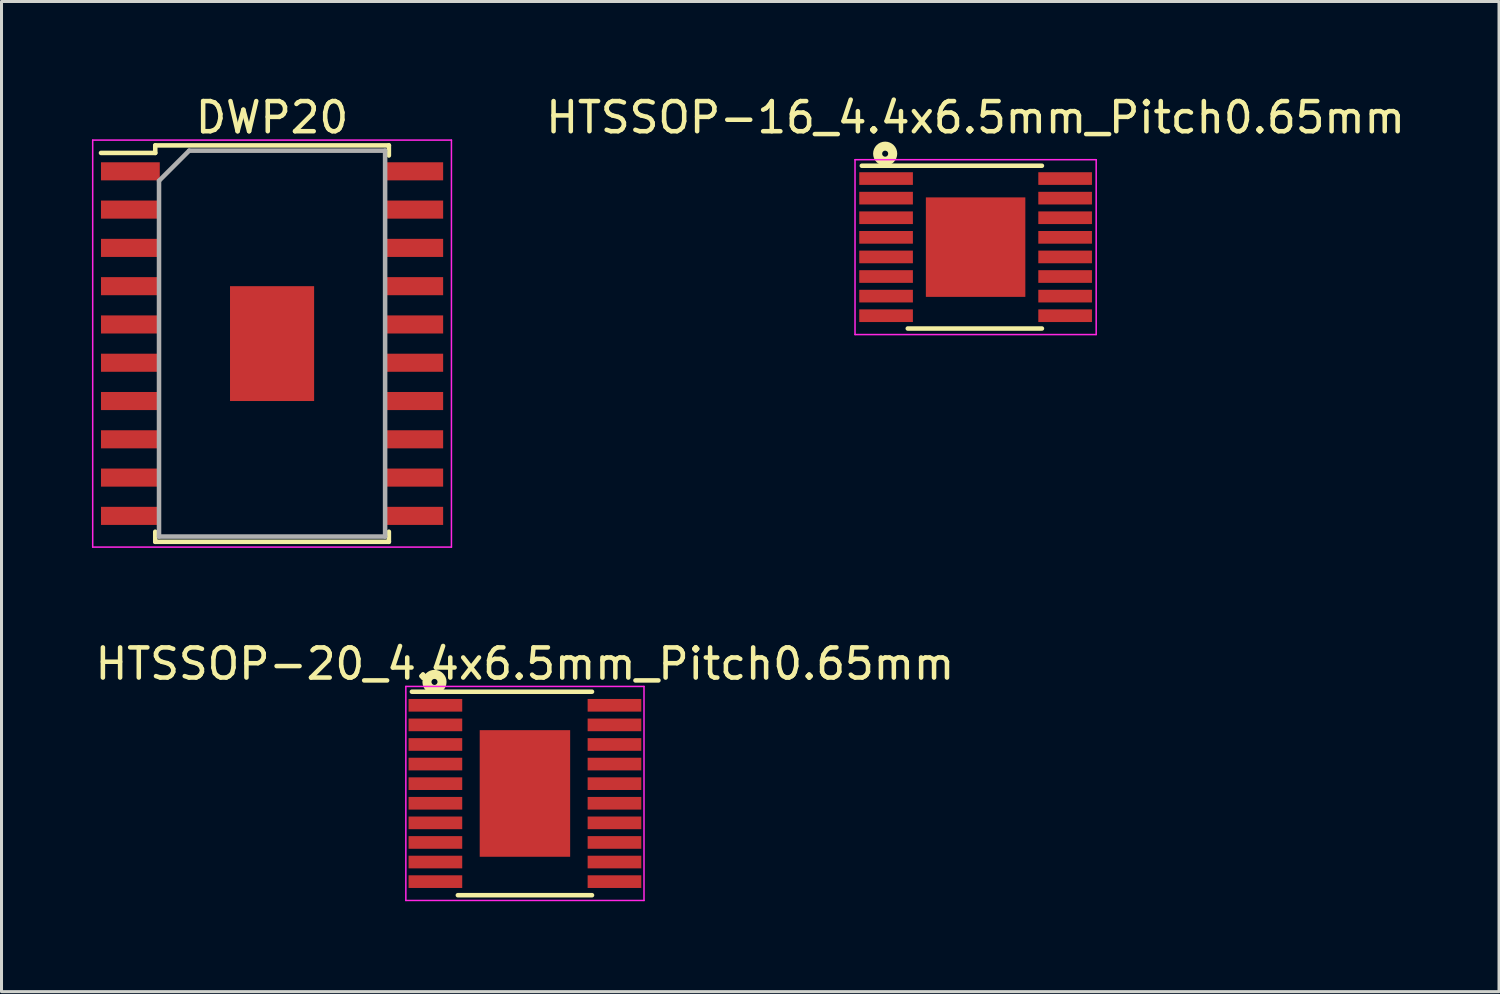
<source format=kicad_pcb>
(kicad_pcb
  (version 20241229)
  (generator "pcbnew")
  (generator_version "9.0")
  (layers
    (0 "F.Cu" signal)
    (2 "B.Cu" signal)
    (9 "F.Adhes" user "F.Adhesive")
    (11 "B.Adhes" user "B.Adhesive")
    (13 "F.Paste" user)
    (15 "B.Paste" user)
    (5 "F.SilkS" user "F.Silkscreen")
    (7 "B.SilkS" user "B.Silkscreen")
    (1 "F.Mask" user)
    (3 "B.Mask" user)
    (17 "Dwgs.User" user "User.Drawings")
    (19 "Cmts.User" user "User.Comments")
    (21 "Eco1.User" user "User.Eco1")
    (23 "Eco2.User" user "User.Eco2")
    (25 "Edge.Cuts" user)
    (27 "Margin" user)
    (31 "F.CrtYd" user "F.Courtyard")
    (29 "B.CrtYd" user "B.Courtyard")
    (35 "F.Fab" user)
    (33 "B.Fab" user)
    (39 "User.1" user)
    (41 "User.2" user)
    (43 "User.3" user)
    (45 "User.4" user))
  (footprint "HTSSOP-20_4.4x6.5mm_Pitch0.65mm"
    (layer "F.Cu")
    (at 14.363 23.271)
    (property "Reference" "HTSSOP-20_4.4x6.5mm_Pitch0.65mm" (at 0 -4.3 0) (layer "F.SilkS") (effects (font (size 1 1) (thickness 0.15))))
    (attr smd)
    (fp_line (start -3.75 -3.375) (end 2.225 -3.375) (stroke (width 0.15) (type solid)) (layer "F.SilkS"))
    (fp_line (start -2.225 3.375) (end 2.225 3.375) (stroke (width 0.15) (type solid)) (layer "F.SilkS"))
    (fp_circle (center -3 -3.7) (end -3 -3.6) (stroke (width 0.3) (type solid)) (fill no) (layer "F.SilkS"))
    (fp_circle (center -3 -3.7) (end -3 -3.5) (stroke (width 0.15) (type solid)) (fill no) (layer "F.SilkS"))
    (fp_line (start -3.95 -3.55) (end -3.95 3.55) (stroke (width 0.05) (type solid)) (layer "F.CrtYd"))
    (fp_line (start -3.95 -3.55) (end 3.95 -3.55) (stroke (width 0.05) (type solid)) (layer "F.CrtYd"))
    (fp_line (start -3.95 3.55) (end 3.95 3.55) (stroke (width 0.05) (type solid)) (layer "F.CrtYd"))
    (fp_line (start 3.95 -3.55) (end 3.95 3.55) (stroke (width 0.05) (type solid)) (layer "F.CrtYd"))
    (pad "1" smd rect (at -2.97 -2.925) (size 1.78 0.42) (layers "F.Cu" "F.Mask" "F.Paste"))
    (pad "2" smd rect (at -2.97 -2.275) (size 1.78 0.42) (layers "F.Cu" "F.Mask" "F.Paste"))
    (pad "3" smd rect (at -2.97 -1.625) (size 1.78 0.42) (layers "F.Cu" "F.Mask" "F.Paste"))
    (pad "4" smd rect (at -2.97 -0.975) (size 1.78 0.42) (layers "F.Cu" "F.Mask" "F.Paste"))
    (pad "5" smd rect (at -2.97 -0.325) (size 1.78 0.42) (layers "F.Cu" "F.Mask" "F.Paste"))
    (pad "6" smd rect (at -2.97 0.325) (size 1.78 0.42) (layers "F.Cu" "F.Mask" "F.Paste"))
    (pad "7" smd rect (at -2.97 0.975) (size 1.78 0.42) (layers "F.Cu" "F.Mask" "F.Paste"))
    (pad "8" smd rect (at -2.97 1.625) (size 1.78 0.42) (layers "F.Cu" "F.Mask" "F.Paste"))
    (pad "9" smd rect (at -2.97 2.275) (size 1.78 0.42) (layers "F.Cu" "F.Mask" "F.Paste"))
    (pad "10" smd rect (at -2.97 2.925) (size 1.78 0.42) (layers "F.Cu" "F.Mask" "F.Paste"))
    (pad "11" smd rect (at 2.97 2.925) (size 1.78 0.42) (layers "F.Cu" "F.Mask" "F.Paste"))
    (pad "12" smd rect (at 2.97 2.275) (size 1.78 0.42) (layers "F.Cu" "F.Mask" "F.Paste"))
    (pad "13" smd rect (at 2.97 1.625) (size 1.78 0.42) (layers "F.Cu" "F.Mask" "F.Paste"))
    (pad "14" smd rect (at 2.97 0.975) (size 1.78 0.42) (layers "F.Cu" "F.Mask" "F.Paste"))
    (pad "15" smd rect (at 2.97 0.325) (size 1.78 0.42) (layers "F.Cu" "F.Mask" "F.Paste"))
    (pad "16" smd rect (at 2.97 -0.325) (size 1.78 0.42) (layers "F.Cu" "F.Mask" "F.Paste"))
    (pad "17" smd rect (at 2.97 -0.975) (size 1.78 0.42) (layers "F.Cu" "F.Mask" "F.Paste"))
    (pad "18" smd rect (at 2.97 -1.625) (size 1.78 0.42) (layers "F.Cu" "F.Mask" "F.Paste"))
    (pad "19" smd rect (at 2.97 -2.275) (size 1.78 0.42) (layers "F.Cu" "F.Mask" "F.Paste"))
    (pad "20" smd rect (at 2.97 -2.925) (size 1.78 0.42) (layers "F.Cu" "F.Mask" "F.Paste"))
    (pad "21" smd rect (at 0 0) (size 3 4.2) (layers "F.Cu" "F.Mask" "F.Paste")))
  (footprint "HTSSOP-16_4.4x6.5mm_Pitch0.65mm"
    (layer "F.Cu")
    (at 29.313 5.148)
    (property "Reference" "HTSSOP-16_4.4x6.5mm_Pitch0.65mm" (at 0 -4.3 0) (layer "F.SilkS") (effects (font (size 1 1) (thickness 0.15))))
    (attr smd)
    (fp_line (start -3.775 -2.7) (end 2.2 -2.7) (stroke (width 0.15) (type solid)) (layer "F.SilkS"))
    (fp_line (start -2.25 2.7) (end 2.2 2.7) (stroke (width 0.15) (type solid)) (layer "F.SilkS"))
    (fp_circle (center -3 -3.1) (end -3 -3) (stroke (width 0.3) (type solid)) (fill no) (layer "F.SilkS"))
    (fp_circle (center -3 -3.1) (end -3 -2.9) (stroke (width 0.15) (type solid)) (fill no) (layer "F.SilkS"))
    (fp_line (start -4 -2.9) (end -4 2.9) (stroke (width 0.05) (type solid)) (layer "F.CrtYd"))
    (fp_line (start -4 -2.9) (end 4 -2.9) (stroke (width 0.05) (type solid)) (layer "F.CrtYd"))
    (fp_line (start -4 2.9) (end 4 2.9) (stroke (width 0.05) (type solid)) (layer "F.CrtYd"))
    (fp_line (start 4 -2.9) (end 4 2.9) (stroke (width 0.05) (type solid)) (layer "F.CrtYd"))
    (pad "1" smd rect (at -2.97 -2.275) (size 1.78 0.42) (layers "F.Cu" "F.Mask" "F.Paste"))
    (pad "2" smd rect (at -2.97 -1.625) (size 1.78 0.42) (layers "F.Cu" "F.Mask" "F.Paste"))
    (pad "3" smd rect (at -2.97 -0.975) (size 1.78 0.42) (layers "F.Cu" "F.Mask" "F.Paste"))
    (pad "4" smd rect (at -2.97 -0.325) (size 1.78 0.42) (layers "F.Cu" "F.Mask" "F.Paste"))
    (pad "5" smd rect (at -2.97 0.325) (size 1.78 0.42) (layers "F.Cu" "F.Mask" "F.Paste"))
    (pad "6" smd rect (at -2.97 0.975) (size 1.78 0.42) (layers "F.Cu" "F.Mask" "F.Paste"))
    (pad "7" smd rect (at -2.97 1.625) (size 1.78 0.42) (layers "F.Cu" "F.Mask" "F.Paste"))
    (pad "8" smd rect (at -2.97 2.275) (size 1.78 0.42) (layers "F.Cu" "F.Mask" "F.Paste"))
    (pad "9" smd rect (at 2.97 2.275) (size 1.78 0.42) (layers "F.Cu" "F.Mask" "F.Paste"))
    (pad "10" smd rect (at 2.97 1.625) (size 1.78 0.42) (layers "F.Cu" "F.Mask" "F.Paste"))
    (pad "11" smd rect (at 2.97 0.975) (size 1.78 0.42) (layers "F.Cu" "F.Mask" "F.Paste"))
    (pad "12" smd rect (at 2.97 0.325) (size 1.78 0.42) (layers "F.Cu" "F.Mask" "F.Paste"))
    (pad "13" smd rect (at 2.97 -0.325) (size 1.78 0.42) (layers "F.Cu" "F.Mask" "F.Paste"))
    (pad "14" smd rect (at 2.97 -0.975) (size 1.78 0.42) (layers "F.Cu" "F.Mask" "F.Paste"))
    (pad "15" smd rect (at 2.97 -1.625) (size 1.78 0.42) (layers "F.Cu" "F.Mask" "F.Paste"))
    (pad "16" smd rect (at 2.97 -2.275) (size 1.78 0.42) (layers "F.Cu" "F.Mask" "F.Paste"))
    (pad "17" smd rect (at 0 0) (size 3.3 3.3) (layers "F.Cu" "F.Mask" "F.Paste")))
  (footprint "DWP20"
    (layer "F.Cu")
    (at 5.975 8.348)
    (property "Reference" "DWP20" (at 0 -7.5 0) (layer "F.SilkS") (effects (font (size 1 1) (thickness 0.15))))
    (attr smd)
    (fp_line (start -3.875 -6.575) (end -3.875 -6.325) (stroke (width 0.15) (type solid)) (layer "F.SilkS"))
    (fp_line (start -3.875 -6.575) (end 3.875 -6.575) (stroke (width 0.15) (type solid)) (layer "F.SilkS"))
    (fp_line (start -3.875 -6.325) (end -5.675 -6.325) (stroke (width 0.15) (type solid)) (layer "F.SilkS"))
    (fp_line (start -3.875 6.575) (end -3.875 6.24) (stroke (width 0.15) (type solid)) (layer "F.SilkS"))
    (fp_line (start -3.875 6.575) (end 3.875 6.575) (stroke (width 0.15) (type solid)) (layer "F.SilkS"))
    (fp_line (start 3.875 -6.575) (end 3.875 -6.24) (stroke (width 0.15) (type solid)) (layer "F.SilkS"))
    (fp_line (start 3.875 6.575) (end 3.875 6.24) (stroke (width 0.15) (type solid)) (layer "F.SilkS"))
    (fp_line (start -5.95 -6.75) (end -5.95 6.75) (stroke (width 0.05) (type solid)) (layer "F.CrtYd"))
    (fp_line (start -5.95 -6.75) (end 5.95 -6.75) (stroke (width 0.05) (type solid)) (layer "F.CrtYd"))
    (fp_line (start -5.95 6.75) (end 5.95 6.75) (stroke (width 0.05) (type solid)) (layer "F.CrtYd"))
    (fp_line (start 5.95 -6.75) (end 5.95 6.75) (stroke (width 0.05) (type solid)) (layer "F.CrtYd"))
    (fp_line (start -3.75 -5.4) (end -2.75 -6.4) (stroke (width 0.15) (type solid)) (layer "F.Fab"))
    (fp_line (start -3.75 6.4) (end -3.75 -5.4) (stroke (width 0.15) (type solid)) (layer "F.Fab"))
    (fp_line (start -2.75 -6.4) (end 3.75 -6.4) (stroke (width 0.15) (type solid)) (layer "F.Fab"))
    (fp_line (start 3.75 -6.4) (end 3.75 6.4) (stroke (width 0.15) (type solid)) (layer "F.Fab"))
    (fp_line (start 3.75 6.4) (end -3.75 6.4) (stroke (width 0.15) (type solid)) (layer "F.Fab"))
    (pad "1" smd rect (at -4.7 -5.715) (size 1.95 0.6) (layers "F.Cu" "F.Mask" "F.Paste"))
    (pad "2" smd rect (at -4.7 -4.445) (size 1.95 0.6) (layers "F.Cu" "F.Mask" "F.Paste"))
    (pad "3" smd rect (at -4.7 -3.175) (size 1.95 0.6) (layers "F.Cu" "F.Mask" "F.Paste"))
    (pad "4" smd rect (at -4.7 -1.905) (size 1.95 0.6) (layers "F.Cu" "F.Mask" "F.Paste"))
    (pad "5" smd rect (at -4.7 -0.635) (size 1.95 0.6) (layers "F.Cu" "F.Mask" "F.Paste"))
    (pad "6" smd rect (at -4.7 0.635) (size 1.95 0.6) (layers "F.Cu" "F.Mask" "F.Paste"))
    (pad "7" smd rect (at -4.7 1.905) (size 1.95 0.6) (layers "F.Cu" "F.Mask" "F.Paste"))
    (pad "8" smd rect (at -4.7 3.175) (size 1.95 0.6) (layers "F.Cu" "F.Mask" "F.Paste"))
    (pad "9" smd rect (at -4.7 4.445) (size 1.95 0.6) (layers "F.Cu" "F.Mask" "F.Paste"))
    (pad "10" smd rect (at -4.7 5.715) (size 1.95 0.6) (layers "F.Cu" "F.Mask" "F.Paste"))
    (pad "11" smd rect (at 4.7 5.715) (size 1.95 0.6) (layers "F.Cu" "F.Mask" "F.Paste"))
    (pad "12" smd rect (at 4.7 4.445) (size 1.95 0.6) (layers "F.Cu" "F.Mask" "F.Paste"))
    (pad "13" smd rect (at 4.7 3.175) (size 1.95 0.6) (layers "F.Cu" "F.Mask" "F.Paste"))
    (pad "14" smd rect (at 4.7 1.905) (size 1.95 0.6) (layers "F.Cu" "F.Mask" "F.Paste"))
    (pad "15" smd rect (at 4.7 0.635) (size 1.95 0.6) (layers "F.Cu" "F.Mask" "F.Paste"))
    (pad "16" smd rect (at 4.7 -0.635) (size 1.95 0.6) (layers "F.Cu" "F.Mask" "F.Paste"))
    (pad "17" smd rect (at 4.7 -1.905) (size 1.95 0.6) (layers "F.Cu" "F.Mask" "F.Paste"))
    (pad "18" smd rect (at 4.7 -3.175) (size 1.95 0.6) (layers "F.Cu" "F.Mask" "F.Paste"))
    (pad "19" smd rect (at 4.7 -4.445) (size 1.95 0.6) (layers "F.Cu" "F.Mask" "F.Paste"))
    (pad "20" smd rect (at 4.7 -5.715) (size 1.95 0.6) (layers "F.Cu" "F.Mask" "F.Paste"))
    (pad "21" smd rect (at 0 0) (size 2.79 3.81) (layers "F.Cu" "F.Mask" "F.Paste")))
  (gr_rect
    (start -3 -3)
    (end 46.676 29.846)
    (stroke (width 0.1) (type default))
    (fill no)
    (layer "Edge.Cuts")))
</source>
